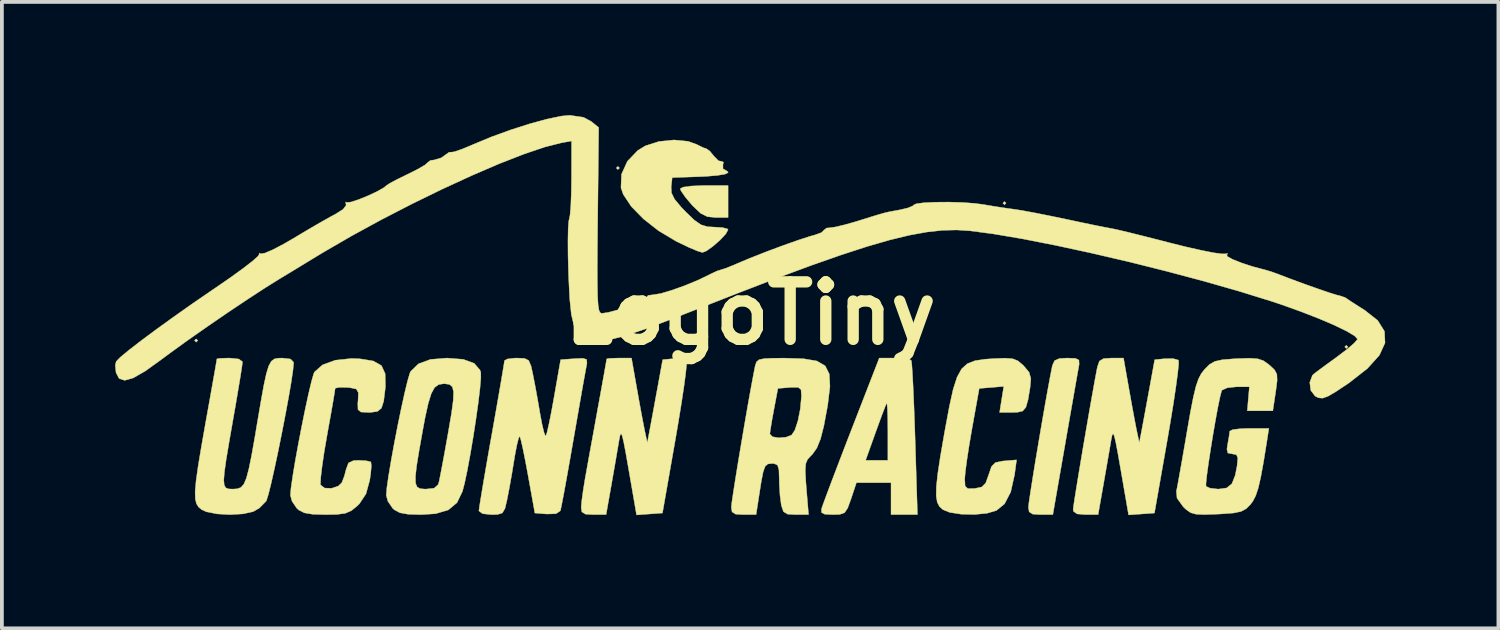
<source format=kicad_pcb>
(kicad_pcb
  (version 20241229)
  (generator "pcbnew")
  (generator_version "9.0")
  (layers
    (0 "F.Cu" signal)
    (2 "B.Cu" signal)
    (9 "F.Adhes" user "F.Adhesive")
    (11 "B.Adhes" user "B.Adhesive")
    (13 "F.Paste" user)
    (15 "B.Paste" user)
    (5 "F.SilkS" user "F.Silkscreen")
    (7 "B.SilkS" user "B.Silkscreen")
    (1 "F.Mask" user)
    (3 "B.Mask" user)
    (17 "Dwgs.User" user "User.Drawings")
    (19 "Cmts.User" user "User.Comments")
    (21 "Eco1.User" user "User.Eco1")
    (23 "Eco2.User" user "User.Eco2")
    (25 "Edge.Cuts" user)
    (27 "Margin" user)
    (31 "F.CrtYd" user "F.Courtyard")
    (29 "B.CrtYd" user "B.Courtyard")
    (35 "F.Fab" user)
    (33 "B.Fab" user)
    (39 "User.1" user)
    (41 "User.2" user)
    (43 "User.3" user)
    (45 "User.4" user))
  (footprint "LogoTiny"
    (layer "F.Cu")
    (at 16.838 5.254)
    (property "Reference" "LogoTiny" (at 0 0 0) (layer "F.SilkS") (effects (font (size 1.524 1.524) (thickness 0.3))))
    (attr through_hole)
    (fp_poly (pts (xy -14.647 0.72) (xy -14.69 0.762) (xy -14.732 0.72) (xy -14.69 0.677) (xy -14.647 0.72)) (stroke (width 0.01) (type solid)) (fill yes) (layer "F.SilkS"))
    (fp_poly (pts (xy -3.471 -3.852) (xy -3.514 -3.81) (xy -3.556 -3.852) (xy -3.514 -3.895) (xy -3.471 -3.852)) (stroke (width 0.01) (type solid)) (fill yes) (layer "F.SilkS"))
    (fp_poly (pts (xy 6.773 -2.921) (xy 6.731 -2.879) (xy 6.689 -2.921) (xy 6.731 -2.963) (xy 6.773 -2.921)) (stroke (width 0.01) (type solid)) (fill yes) (layer "F.SilkS"))
    (fp_poly (pts (xy 15.833 0.889) (xy 15.79 0.931) (xy 15.748 0.889) (xy 15.79 0.847) (xy 15.833 0.889)) (stroke (width 0.01) (type solid)) (fill yes) (layer "F.SilkS"))
    (fp_poly (pts (xy -0.593 -2.54) (xy -0.921 -2.54) (xy -1.143 -2.562) (xy -1.322 -2.652) (xy -1.523 -2.842) (xy -1.556 -2.879) (xy -1.728 -3.083) (xy -1.839 -3.244) (xy -1.863 -3.302) (xy -1.784 -3.345) (xy -1.571 -3.374) (xy -1.26 -3.387) (xy -1.228 -3.387) (xy -0.593 -3.387) (xy -0.593 -2.54)) (stroke (width 0.01) (type solid)) (fill yes) (layer "F.SilkS"))
    (fp_poly (pts (xy 8.613 1.193) (xy 8.704 1.238) (xy 8.71 1.352) (xy 8.698 1.418) (xy 8.671 1.568) (xy 8.62 1.857) (xy 8.55 2.257) (xy 8.465 2.74) (xy 8.371 3.278) (xy 8.334 3.493) (xy 8.013 5.334) (xy 7.689 5.334) (xy 7.476 5.32) (xy 7.385 5.26) (xy 7.366 5.14) (xy 7.38 5.011) (xy 7.419 4.747) (xy 7.477 4.377) (xy 7.549 3.932) (xy 7.631 3.444) (xy 7.716 2.943) (xy 7.8 2.459) (xy 7.878 2.024) (xy 7.944 1.668) (xy 7.992 1.422) (xy 8.003 1.376) (xy 8.06 1.251) (xy 8.189 1.196) (xy 8.394 1.185) (xy 8.613 1.193)) (stroke (width 0.01) (type solid)) (fill yes) (layer "F.SilkS"))
    (fp_poly (pts (xy 4.063 1.197) (xy 4.228 1.228) (xy 4.262 1.249) (xy 4.275 1.348) (xy 4.292 1.592) (xy 4.311 1.957) (xy 4.331 2.419) (xy 4.351 2.953) (xy 4.363 3.323) (xy 4.425 5.334) (xy 3.725 5.334) (xy 3.725 4.487) (xy 2.808 4.487) (xy 2.667 4.911) (xy 2.578 5.157) (xy 2.494 5.283) (xy 2.368 5.328) (xy 2.185 5.334) (xy 1.968 5.323) (xy 1.881 5.276) (xy 1.884 5.176) (xy 1.926 5.055) (xy 2.02 4.8) (xy 2.157 4.435) (xy 2.329 3.984) (xy 2.363 3.895) (xy 3.051 3.895) (xy 3.641 3.895) (xy 3.641 3.119) (xy 3.638 2.785) (xy 3.63 2.531) (xy 3.618 2.392) (xy 3.611 2.378) (xy 3.571 2.468) (xy 3.489 2.68) (xy 3.38 2.978) (xy 3.316 3.154) (xy 3.051 3.895) (xy 2.363 3.895) (xy 2.526 3.47) (xy 2.669 3.101) (xy 3.413 1.185) (xy 3.818 1.185) (xy 4.063 1.197)) (stroke (width 0.01) (type solid)) (fill yes) (layer "F.SilkS"))
    (fp_poly (pts (xy -1.655 -4.559) (xy -1.431 -4.479) (xy -1.26 -4.394) (xy -1.166 -4.363) (xy -1.077 -4.299) (xy -0.97 -4.168) (xy -0.848 -4.044) (xy -0.757 -4.025) (xy -0.715 -4.006) (xy -0.73 -3.941) (xy -0.728 -3.83) (xy -0.686 -3.81) (xy -0.597 -3.753) (xy -0.593 -3.729) (xy -0.671 -3.69) (xy -0.88 -3.655) (xy -1.182 -3.63) (xy -1.333 -3.623) (xy -2.074 -3.598) (xy -2.102 -3.354) (xy -2.093 -3.191) (xy -2.01 -3.023) (xy -1.829 -2.806) (xy -1.724 -2.698) (xy -1.491 -2.473) (xy -1.314 -2.349) (xy -1.142 -2.296) (xy -0.956 -2.286) (xy -0.735 -2.272) (xy -0.606 -2.236) (xy -0.593 -2.218) (xy -0.654 -2.105) (xy -0.805 -1.943) (xy -0.995 -1.777) (xy -1.171 -1.652) (xy -1.274 -1.613) (xy -1.405 -1.652) (xy -1.638 -1.751) (xy -1.928 -1.89) (xy -1.979 -1.916) (xy -2.436 -2.189) (xy -2.839 -2.505) (xy -3.16 -2.834) (xy -3.37 -3.15) (xy -3.432 -3.329) (xy -3.418 -3.687) (xy -3.262 -4.03) (xy -2.987 -4.317) (xy -2.785 -4.44) (xy -2.428 -4.554) (xy -2.029 -4.595) (xy -1.655 -4.559)) (stroke (width 0.01) (type solid)) (fill yes) (layer "F.SilkS"))
    (fp_poly (pts (xy 10.032 2.011) (xy 10.102 2.403) (xy 10.169 2.765) (xy 10.222 3.042) (xy 10.241 3.133) (xy 10.304 3.429) (xy 10.369 3.09) (xy 10.414 2.85) (xy 10.478 2.505) (xy 10.549 2.118) (xy 10.573 1.99) (xy 10.712 1.228) (xy 10.997 1.2) (xy 11.208 1.201) (xy 11.338 1.238) (xy 11.343 1.243) (xy 11.347 1.342) (xy 11.322 1.585) (xy 11.274 1.946) (xy 11.206 2.402) (xy 11.12 2.928) (xy 11.056 3.302) (xy 10.706 5.292) (xy 10.363 5.317) (xy 10.02 5.342) (xy 9.818 4.174) (xy 9.738 3.719) (xy 9.68 3.413) (xy 9.639 3.242) (xy 9.608 3.188) (xy 9.583 3.234) (xy 9.557 3.363) (xy 9.553 3.387) (xy 9.509 3.646) (xy 9.446 4.008) (xy 9.376 4.408) (xy 9.351 4.551) (xy 9.213 5.334) (xy 8.882 5.334) (xy 8.656 5.315) (xy 8.561 5.248) (xy 8.551 5.195) (xy 8.565 5.08) (xy 8.604 4.828) (xy 8.662 4.47) (xy 8.734 4.034) (xy 8.815 3.551) (xy 8.901 3.051) (xy 8.985 2.564) (xy 9.064 2.119) (xy 9.131 1.746) (xy 9.182 1.475) (xy 9.194 1.418) (xy 9.248 1.264) (xy 9.36 1.198) (xy 9.564 1.185) (xy 9.886 1.185) (xy 10.032 2.011)) (stroke (width 0.01) (type solid)) (fill yes) (layer "F.SilkS"))
    (fp_poly (pts (xy -3.007 2.011) (xy -2.937 2.403) (xy -2.87 2.765) (xy -2.816 3.042) (xy -2.798 3.133) (xy -2.734 3.429) (xy -2.67 3.09) (xy -2.625 2.85) (xy -2.561 2.505) (xy -2.49 2.118) (xy -2.466 1.99) (xy -2.327 1.228) (xy -2.042 1.2) (xy -1.831 1.201) (xy -1.7 1.238) (xy -1.695 1.243) (xy -1.692 1.342) (xy -1.716 1.585) (xy -1.764 1.946) (xy -1.833 2.402) (xy -1.919 2.928) (xy -1.983 3.302) (xy -2.332 5.292) (xy -2.676 5.317) (xy -3.019 5.342) (xy -3.221 4.174) (xy -3.301 3.719) (xy -3.359 3.413) (xy -3.4 3.242) (xy -3.431 3.188) (xy -3.456 3.234) (xy -3.482 3.363) (xy -3.486 3.387) (xy -3.53 3.646) (xy -3.592 4.008) (xy -3.662 4.408) (xy -3.687 4.551) (xy -3.826 5.334) (xy -4.156 5.334) (xy -4.373 5.321) (xy -4.467 5.263) (xy -4.487 5.144) (xy -4.472 4.972) (xy -4.433 4.689) (xy -4.378 4.349) (xy -4.364 4.276) (xy -4.302 3.929) (xy -4.219 3.473) (xy -4.126 2.964) (xy -4.035 2.459) (xy -4.026 2.413) (xy -3.949 1.988) (xy -3.884 1.628) (xy -3.837 1.362) (xy -3.812 1.221) (xy -3.81 1.206) (xy -3.735 1.193) (xy -3.548 1.186) (xy -3.481 1.185) (xy -3.153 1.185) (xy -3.007 2.011)) (stroke (width 0.01) (type solid)) (fill yes) (layer "F.SilkS"))
    (fp_poly (pts (xy 6.949 1.203) (xy 7.088 1.259) (xy 7.218 1.368) (xy 7.241 1.391) (xy 7.383 1.56) (xy 7.431 1.729) (xy 7.409 1.972) (xy 7.354 2.299) (xy 7.297 2.493) (xy 7.213 2.589) (xy 7.078 2.621) (xy 6.936 2.625) (xy 6.602 2.625) (xy 6.657 2.28) (xy 6.712 1.936) (xy 6.387 1.963) (xy 6.062 1.99) (xy 5.872 3.048) (xy 5.798 3.479) (xy 5.737 3.874) (xy 5.695 4.19) (xy 5.678 4.384) (xy 5.678 4.387) (xy 5.688 4.577) (xy 5.76 4.645) (xy 5.946 4.641) (xy 6.129 4.601) (xy 6.234 4.496) (xy 6.313 4.276) (xy 6.388 4.057) (xy 6.491 3.954) (xy 6.679 3.915) (xy 6.729 3.91) (xy 7.052 3.883) (xy 6.998 4.279) (xy 6.896 4.736) (xy 6.733 5.049) (xy 6.519 5.224) (xy 6.27 5.298) (xy 5.937 5.33) (xy 5.586 5.322) (xy 5.28 5.275) (xy 5.099 5.202) (xy 5.009 5.12) (xy 4.95 5.006) (xy 4.922 4.839) (xy 4.926 4.596) (xy 4.962 4.257) (xy 5.031 3.801) (xy 5.134 3.204) (xy 5.161 3.054) (xy 5.272 2.46) (xy 5.371 2.013) (xy 5.475 1.69) (xy 5.596 1.47) (xy 5.751 1.332) (xy 5.953 1.254) (xy 6.217 1.215) (xy 6.428 1.2) (xy 6.746 1.188) (xy 6.949 1.203)) (stroke (width 0.01) (type solid)) (fill yes) (layer "F.SilkS"))
    (fp_poly (pts (xy -7.611 1.219) (xy -7.322 1.324) (xy -7.167 1.504) (xy -7.147 1.565) (xy -7.145 1.713) (xy -7.169 1.993) (xy -7.214 2.37) (xy -7.276 2.81) (xy -7.348 3.278) (xy -7.426 3.739) (xy -7.504 4.16) (xy -7.577 4.505) (xy -7.633 4.719) (xy -7.777 5.017) (xy -8.006 5.209) (xy -8.347 5.31) (xy -8.732 5.334) (xy -9.07 5.324) (xy -9.289 5.285) (xy -9.435 5.208) (xy -9.483 5.165) (xy -9.61 4.978) (xy -9.652 4.821) (xy -9.636 4.623) (xy -9.593 4.323) (xy -8.879 4.323) (xy -8.875 4.5) (xy -8.835 4.6) (xy -8.758 4.645) (xy -8.642 4.656) (xy -8.595 4.657) (xy -8.382 4.633) (xy -8.279 4.54) (xy -8.254 4.466) (xy -8.223 4.314) (xy -8.169 4.033) (xy -8.1 3.66) (xy -8.023 3.231) (xy -8.006 3.133) (xy -7.923 2.648) (xy -7.877 2.305) (xy -7.868 2.08) (xy -7.9 1.947) (xy -7.975 1.884) (xy -8.095 1.866) (xy -8.128 1.865) (xy -8.263 1.886) (xy -8.37 1.964) (xy -8.458 2.123) (xy -8.54 2.387) (xy -8.626 2.78) (xy -8.686 3.102) (xy -8.783 3.646) (xy -8.848 4.045) (xy -8.879 4.323) (xy -9.593 4.323) (xy -9.59 4.306) (xy -9.523 3.904) (xy -9.441 3.451) (xy -9.35 2.98) (xy -9.256 2.525) (xy -9.167 2.12) (xy -9.089 1.797) (xy -9.029 1.591) (xy -9.007 1.541) (xy -8.798 1.337) (xy -8.482 1.221) (xy -8.043 1.185) (xy -7.611 1.219)) (stroke (width 0.01) (type solid)) (fill yes) (layer "F.SilkS"))
    (fp_poly (pts (xy -12.191 1.21) (xy -12.11 1.291) (xy -12.107 1.321) (xy -12.124 1.505) (xy -12.169 1.812) (xy -12.237 2.211) (xy -12.322 2.671) (xy -12.417 3.161) (xy -12.515 3.649) (xy -12.612 4.104) (xy -12.7 4.494) (xy -12.773 4.789) (xy -12.826 4.958) (xy -12.836 4.978) (xy -13.014 5.159) (xy -13.176 5.253) (xy -13.448 5.314) (xy -13.789 5.334) (xy -14.133 5.315) (xy -14.418 5.259) (xy -14.544 5.202) (xy -14.626 5.133) (xy -14.683 5.042) (xy -14.713 4.91) (xy -14.717 4.717) (xy -14.692 4.44) (xy -14.639 4.06) (xy -14.555 3.555) (xy -14.441 2.906) (xy -14.436 2.879) (xy -14.345 2.373) (xy -14.266 1.928) (xy -14.202 1.568) (xy -14.159 1.321) (xy -14.14 1.21) (xy -14.14 1.206) (xy -14.064 1.193) (xy -13.876 1.186) (xy -13.801 1.185) (xy -13.561 1.21) (xy -13.463 1.28) (xy -13.462 1.291) (xy -13.476 1.406) (xy -13.515 1.658) (xy -13.575 2.018) (xy -13.649 2.455) (xy -13.716 2.836) (xy -13.82 3.431) (xy -13.895 3.88) (xy -13.941 4.203) (xy -13.958 4.421) (xy -13.945 4.555) (xy -13.902 4.625) (xy -13.831 4.652) (xy -13.73 4.657) (xy -13.714 4.657) (xy -13.597 4.649) (xy -13.503 4.613) (xy -13.427 4.527) (xy -13.359 4.37) (xy -13.293 4.12) (xy -13.219 3.758) (xy -13.131 3.261) (xy -13.074 2.921) (xy -12.975 2.342) (xy -12.897 1.908) (xy -12.83 1.599) (xy -12.767 1.394) (xy -12.7 1.271) (xy -12.619 1.209) (xy -12.518 1.188) (xy -12.406 1.185) (xy -12.191 1.21)) (stroke (width 0.01) (type solid)) (fill yes) (layer "F.SilkS"))
    (fp_poly (pts (xy -5.987 1.194) (xy -5.878 1.248) (xy -5.816 1.391) (xy -5.772 1.587) (xy -5.715 1.877) (xy -5.646 2.254) (xy -5.58 2.637) (xy -5.579 2.644) (xy -5.523 2.943) (xy -5.471 3.158) (xy -5.431 3.252) (xy -5.424 3.251) (xy -5.391 3.154) (xy -5.339 2.925) (xy -5.273 2.597) (xy -5.204 2.216) (xy -5.031 1.228) (xy -4.667 1.201) (xy -4.441 1.191) (xy -4.343 1.221) (xy -4.333 1.32) (xy -4.351 1.413) (xy -4.379 1.567) (xy -4.432 1.858) (xy -4.502 2.258) (xy -4.586 2.738) (xy -4.678 3.268) (xy -4.699 3.387) (xy -4.791 3.913) (xy -4.875 4.386) (xy -4.947 4.779) (xy -5.002 5.066) (xy -5.034 5.219) (xy -5.039 5.233) (xy -5.153 5.31) (xy -5.396 5.318) (xy -5.714 5.292) (xy -5.894 4.294) (xy -5.967 3.903) (xy -6.033 3.577) (xy -6.085 3.35) (xy -6.115 3.255) (xy -6.146 3.311) (xy -6.193 3.499) (xy -6.246 3.781) (xy -6.261 3.871) (xy -6.324 4.254) (xy -6.391 4.632) (xy -6.448 4.925) (xy -6.449 4.932) (xy -6.506 5.173) (xy -6.576 5.291) (xy -6.702 5.33) (xy -6.865 5.334) (xy -7.1 5.309) (xy -7.195 5.238) (xy -7.196 5.228) (xy -7.182 5.117) (xy -7.141 4.865) (xy -7.08 4.496) (xy -7.001 4.036) (xy -6.909 3.51) (xy -6.857 3.22) (xy -6.76 2.672) (xy -6.674 2.18) (xy -6.603 1.769) (xy -6.552 1.462) (xy -6.523 1.285) (xy -6.519 1.252) (xy -6.444 1.21) (xy -6.257 1.187) (xy -6.188 1.185) (xy -5.987 1.194)) (stroke (width 0.01) (type solid)) (fill yes) (layer "F.SilkS"))
    (fp_poly (pts (xy -10.349 1.205) (xy -9.994 1.263) (xy -9.779 1.384) (xy -9.681 1.598) (xy -9.674 1.935) (xy -9.681 2.009) (xy -9.72 2.327) (xy -9.779 2.512) (xy -9.884 2.599) (xy -10.059 2.624) (xy -10.129 2.625) (xy -10.323 2.615) (xy -10.401 2.552) (xy -10.406 2.386) (xy -10.399 2.307) (xy -10.391 2.099) (xy -10.447 2.005) (xy -10.612 1.97) (xy -10.689 1.963) (xy -10.893 1.96) (xy -11.001 1.983) (xy -11.007 1.993) (xy -11.021 2.092) (xy -11.06 2.327) (xy -11.119 2.665) (xy -11.193 3.075) (xy -11.222 3.239) (xy -11.297 3.675) (xy -11.353 4.056) (xy -11.388 4.35) (xy -11.396 4.523) (xy -11.392 4.549) (xy -11.284 4.63) (xy -11.103 4.637) (xy -10.923 4.577) (xy -10.83 4.487) (xy -10.762 4.31) (xy -10.714 4.128) (xy -10.652 3.964) (xy -10.521 3.902) (xy -10.384 3.895) (xy -10.18 3.907) (xy -10.062 3.936) (xy -10.059 3.939) (xy -10.047 4.041) (xy -10.065 4.254) (xy -10.091 4.426) (xy -10.19 4.785) (xy -10.362 5.044) (xy -10.419 5.101) (xy -10.574 5.227) (xy -10.732 5.297) (xy -10.952 5.328) (xy -11.262 5.334) (xy -11.602 5.324) (xy -11.822 5.287) (xy -11.969 5.213) (xy -12.023 5.165) (xy -12.15 4.978) (xy -12.192 4.821) (xy -12.176 4.628) (xy -12.131 4.315) (xy -12.065 3.917) (xy -11.983 3.466) (xy -11.893 2.998) (xy -11.801 2.544) (xy -11.713 2.138) (xy -11.636 1.814) (xy -11.577 1.606) (xy -11.554 1.553) (xy -11.339 1.364) (xy -11 1.241) (xy -10.573 1.196) (xy -10.349 1.205)) (stroke (width 0.01) (type solid)) (fill yes) (layer "F.SilkS"))
    (fp_poly (pts (xy 1.41 1.203) (xy 1.76 1.263) (xy 1.98 1.391) (xy 2.089 1.608) (xy 2.106 1.936) (xy 2.051 2.398) (xy 2.035 2.498) (xy 1.945 2.981) (xy 1.857 3.326) (xy 1.76 3.567) (xy 1.643 3.733) (xy 1.597 3.778) (xy 1.512 3.871) (xy 1.465 3.985) (xy 1.452 4.162) (xy 1.466 4.444) (xy 1.481 4.635) (xy 1.539 5.334) (xy 1.204 5.334) (xy 0.983 5.321) (xy 0.875 5.256) (xy 0.821 5.099) (xy 0.815 5.069) (xy 0.782 4.819) (xy 0.764 4.505) (xy 0.762 4.392) (xy 0.754 4.144) (xy 0.717 4.022) (xy 0.629 3.982) (xy 0.561 3.979) (xy 0.459 3.992) (xy 0.389 4.054) (xy 0.337 4.197) (xy 0.286 4.456) (xy 0.254 4.657) (xy 0.149 5.334) (xy -0.18 5.334) (xy -0.395 5.321) (xy -0.488 5.262) (xy -0.508 5.14) (xy -0.494 5.011) (xy -0.455 4.747) (xy -0.397 4.377) (xy -0.325 3.932) (xy -0.243 3.444) (xy -0.201 3.196) (xy 0.513 3.196) (xy 0.58 3.269) (xy 0.745 3.299) (xy 0.942 3.282) (xy 1.089 3.226) (xy 1.176 3.096) (xy 1.258 2.848) (xy 1.32 2.535) (xy 1.35 2.209) (xy 1.351 2.175) (xy 1.339 2.02) (xy 1.265 1.96) (xy 1.078 1.96) (xy 1.041 1.963) (xy 0.727 1.99) (xy 0.623 2.54) (xy 0.568 2.839) (xy 0.529 3.077) (xy 0.513 3.196) (xy -0.201 3.196) (xy -0.158 2.943) (xy -0.074 2.459) (xy 0.004 2.024) (xy 0.07 1.668) (xy 0.118 1.422) (xy 0.129 1.376) (xy 0.161 1.284) (xy 0.228 1.228) (xy 0.367 1.199) (xy 0.611 1.188) (xy 0.912 1.187) (xy 1.41 1.203)) (stroke (width 0.01) (type solid)) (fill yes) (layer "F.SilkS"))
    (fp_poly (pts (xy 13.441 1.204) (xy 13.594 1.255) (xy 13.733 1.354) (xy 13.756 1.373) (xy 13.887 1.496) (xy 13.95 1.613) (xy 13.957 1.778) (xy 13.923 2.049) (xy 13.918 2.08) (xy 13.843 2.582) (xy 13.166 2.582) (xy 13.221 1.947) (xy 12.873 1.947) (xy 12.636 1.972) (xy 12.498 2.034) (xy 12.486 2.053) (xy 12.445 2.207) (xy 12.389 2.477) (xy 12.324 2.828) (xy 12.256 3.222) (xy 12.191 3.624) (xy 12.134 3.998) (xy 12.092 4.306) (xy 12.071 4.514) (xy 12.072 4.584) (xy 12.18 4.633) (xy 12.381 4.656) (xy 12.406 4.657) (xy 12.62 4.627) (xy 12.758 4.515) (xy 12.847 4.29) (xy 12.895 4.043) (xy 12.915 3.835) (xy 12.878 3.745) (xy 12.769 3.725) (xy 12.652 3.702) (xy 12.626 3.599) (xy 12.647 3.461) (xy 12.684 3.253) (xy 12.7 3.123) (xy 12.7 3.122) (xy 12.777 3.083) (xy 12.977 3.057) (xy 13.219 3.048) (xy 13.738 3.048) (xy 13.682 3.408) (xy 13.595 3.947) (xy 13.522 4.346) (xy 13.456 4.632) (xy 13.389 4.833) (xy 13.315 4.976) (xy 13.249 5.065) (xy 13.134 5.179) (xy 13.001 5.25) (xy 12.805 5.291) (xy 12.5 5.314) (xy 12.374 5.321) (xy 12.031 5.332) (xy 11.809 5.323) (xy 11.663 5.282) (xy 11.545 5.199) (xy 11.469 5.127) (xy 11.304 4.898) (xy 11.287 4.716) (xy 11.316 4.572) (xy 11.366 4.294) (xy 11.434 3.913) (xy 11.512 3.463) (xy 11.568 3.134) (xy 11.661 2.604) (xy 11.738 2.213) (xy 11.806 1.933) (xy 11.873 1.737) (xy 11.947 1.595) (xy 12.033 1.485) (xy 12.166 1.352) (xy 12.307 1.273) (xy 12.505 1.229) (xy 12.812 1.204) (xy 12.888 1.2) (xy 13.223 1.189) (xy 13.441 1.204)) (stroke (width 0.01) (type solid)) (fill yes) (layer "F.SilkS"))
    (fp_poly (pts (xy -4.427 -5.196) (xy -4.222 -5.087) (xy -4.022 -4.925) (xy -4.049 -2.463) (xy -4.056 -1.749) (xy -4.059 -1.186) (xy -4.057 -0.758) (xy -4.051 -0.445) (xy -4.038 -0.231) (xy -4.018 -0.097) (xy -3.991 -0.027) (xy -3.954 -0.002) (xy -3.939 0) (xy -3.767 -0.025) (xy -3.524 -0.09) (xy -3.255 -0.178) (xy -3.006 -0.274) (xy -2.823 -0.359) (xy -2.751 -0.42) (xy -2.753 -0.425) (xy -2.714 -0.476) (xy -2.563 -0.495) (xy -2.37 -0.527) (xy -2.074 -0.616) (xy -1.727 -0.741) (xy -1.377 -0.886) (xy -1.076 -1.032) (xy -1.058 -1.042) (xy -0.882 -1.124) (xy -0.794 -1.151) (xy -0.661 -1.193) (xy -0.446 -1.279) (xy -0.371 -1.312) (xy -0.006 -1.465) (xy 0.418 -1.632) (xy 0.854 -1.795) (xy 1.256 -1.937) (xy 1.578 -2.042) (xy 1.714 -2.08) (xy 1.883 -2.141) (xy 1.947 -2.205) (xy 2.017 -2.261) (xy 2.095 -2.267) (xy 2.244 -2.288) (xy 2.502 -2.349) (xy 2.819 -2.439) (xy 2.879 -2.458) (xy 3.202 -2.559) (xy 3.412 -2.623) (xy 3.553 -2.663) (xy 3.675 -2.691) (xy 3.825 -2.719) (xy 3.958 -2.743) (xy 4.177 -2.795) (xy 4.305 -2.849) (xy 4.318 -2.868) (xy 4.396 -2.905) (xy 4.603 -2.932) (xy 4.9 -2.946) (xy 5.247 -2.949) (xy 5.605 -2.939) (xy 5.934 -2.915) (xy 6.152 -2.887) (xy 6.494 -2.83) (xy 6.828 -2.78) (xy 6.985 -2.759) (xy 7.202 -2.725) (xy 7.538 -2.663) (xy 7.944 -2.582) (xy 8.34 -2.5) (xy 8.753 -2.412) (xy 9.123 -2.335) (xy 9.409 -2.278) (xy 9.567 -2.249) (xy 9.721 -2.217) (xy 10.004 -2.15) (xy 10.382 -2.056) (xy 10.823 -1.944) (xy 11.073 -1.879) (xy 11.53 -1.765) (xy 11.941 -1.672) (xy 12.273 -1.606) (xy 12.493 -1.576) (xy 12.555 -1.576) (xy 12.654 -1.583) (xy 12.622 -1.556) (xy 12.638 -1.508) (xy 12.78 -1.43) (xy 13.014 -1.337) (xy 13.302 -1.242) (xy 13.608 -1.161) (xy 13.631 -1.155) (xy 13.806 -1.103) (xy 13.97 -1.044) (xy 14.313 -0.913) (xy 14.679 -0.778) (xy 15.032 -0.653) (xy 15.332 -0.55) (xy 15.543 -0.484) (xy 15.621 -0.466) (xy 15.762 -0.418) (xy 15.79 -0.399) (xy 15.906 -0.32) (xy 16.113 -0.187) (xy 16.279 -0.083) (xy 16.622 0.188) (xy 16.802 0.476) (xy 16.816 0.783) (xy 16.666 1.111) (xy 16.349 1.462) (xy 15.867 1.839) (xy 15.823 1.869) (xy 15.512 2.076) (xy 15.303 2.198) (xy 15.162 2.248) (xy 15.055 2.238) (xy 14.965 2.195) (xy 14.848 2.042) (xy 14.822 1.829) (xy 14.893 1.641) (xy 14.922 1.612) (xy 15.04 1.522) (xy 15.252 1.365) (xy 15.517 1.173) (xy 15.557 1.143) (xy 15.809 0.952) (xy 15.996 0.792) (xy 16.084 0.691) (xy 16.087 0.681) (xy 16.01 0.597) (xy 15.798 0.471) (xy 15.474 0.314) (xy 15.063 0.138) (xy 14.59 -0.046) (xy 14.081 -0.229) (xy 13.801 -0.322) (xy 12.942 -0.588) (xy 12.006 -0.855) (xy 11.022 -1.117) (xy 10.02 -1.368) (xy 9.03 -1.598) (xy 8.082 -1.803) (xy 7.207 -1.975) (xy 6.433 -2.106) (xy 5.822 -2.187) (xy 5.468 -2.21) (xy 5.091 -2.201) (xy 4.678 -2.156) (xy 4.216 -2.072) (xy 3.691 -1.945) (xy 3.089 -1.771) (xy 2.397 -1.546) (xy 1.601 -1.267) (xy 0.689 -0.929) (xy -0.354 -0.528) (xy -1.277 -0.166) (xy -2.104 0.158) (xy -2.788 0.415) (xy -3.344 0.601) (xy -3.784 0.712) (xy -4.123 0.745) (xy -4.376 0.696) (xy -4.554 0.562) (xy -4.674 0.339) (xy -4.748 0.023) (xy -4.791 -0.389) (xy -4.816 -0.901) (xy -4.823 -1.079) (xy -4.835 -1.538) (xy -4.837 -1.939) (xy -4.831 -2.251) (xy -4.817 -2.443) (xy -4.806 -2.485) (xy -4.782 -2.604) (xy -4.761 -2.855) (xy -4.748 -3.2) (xy -4.743 -3.575) (xy -4.741 -4.568) (xy -5.016 -4.518) (xy -5.452 -4.408) (xy -6.008 -4.219) (xy -6.662 -3.964) (xy -7.389 -3.651) (xy -8.167 -3.293) (xy -8.972 -2.9) (xy -9.781 -2.483) (xy -10.571 -2.052) (xy -11.318 -1.619) (xy -11.515 -1.5) (xy -11.853 -1.294) (xy -12.198 -1.084) (xy -12.461 -0.926) (xy -12.843 -0.688) (xy -13.32 -0.377) (xy -13.853 -0.021) (xy -14.4 0.354) (xy -14.922 0.72) (xy -15.378 1.049) (xy -15.619 1.228) (xy -16.039 1.53) (xy -16.357 1.712) (xy -16.584 1.776) (xy -16.732 1.727) (xy -16.813 1.571) (xy -16.833 1.379) (xy -16.809 1.275) (xy -16.702 1.165) (xy -16.475 0.977) (xy -16.148 0.724) (xy -15.741 0.422) (xy -15.275 0.086) (xy -14.77 -0.27) (xy -14.246 -0.629) (xy -14.162 -0.686) (xy -13.772 -0.955) (xy -13.442 -1.194) (xy -13.193 -1.387) (xy -13.047 -1.518) (xy -13.019 -1.567) (xy -13.021 -1.598) (xy -12.981 -1.578) (xy -12.871 -1.596) (xy -12.653 -1.689) (xy -12.362 -1.842) (xy -12.112 -1.987) (xy -11.751 -2.203) (xy -11.404 -2.405) (xy -11.121 -2.564) (xy -11.003 -2.627) (xy -10.796 -2.757) (xy -10.714 -2.866) (xy -10.72 -2.895) (xy -10.728 -2.952) (xy -10.697 -2.939) (xy -10.589 -2.949) (xy -10.384 -3.016) (xy -10.135 -3.117) (xy -9.894 -3.23) (xy -9.713 -3.333) (xy -9.652 -3.384) (xy -9.559 -3.446) (xy -9.355 -3.555) (xy -9.085 -3.687) (xy -9.081 -3.689) (xy -8.817 -3.821) (xy -8.627 -3.932) (xy -8.551 -3.999) (xy -8.551 -4) (xy -8.481 -4.053) (xy -8.388 -4.064) (xy -8.192 -4.122) (xy -8.102 -4.187) (xy -7.986 -4.27) (xy -7.939 -4.27) (xy -7.848 -4.282) (xy -7.645 -4.352) (xy -7.373 -4.465) (xy -7.339 -4.48) (xy -6.867 -4.676) (xy -6.358 -4.861) (xy -5.852 -5.023) (xy -5.389 -5.149) (xy -5.009 -5.228) (xy -4.792 -5.249) (xy -4.427 -5.196)) (stroke (width 0.01) (type solid)) (fill yes) (layer "F.SilkS")))
  (gr_rect
    (start -3 -3)
    (end 36.659 13.602)
    (stroke (width 0.1) (type default))
    (fill no)
    (layer "Edge.Cuts")))
</source>
